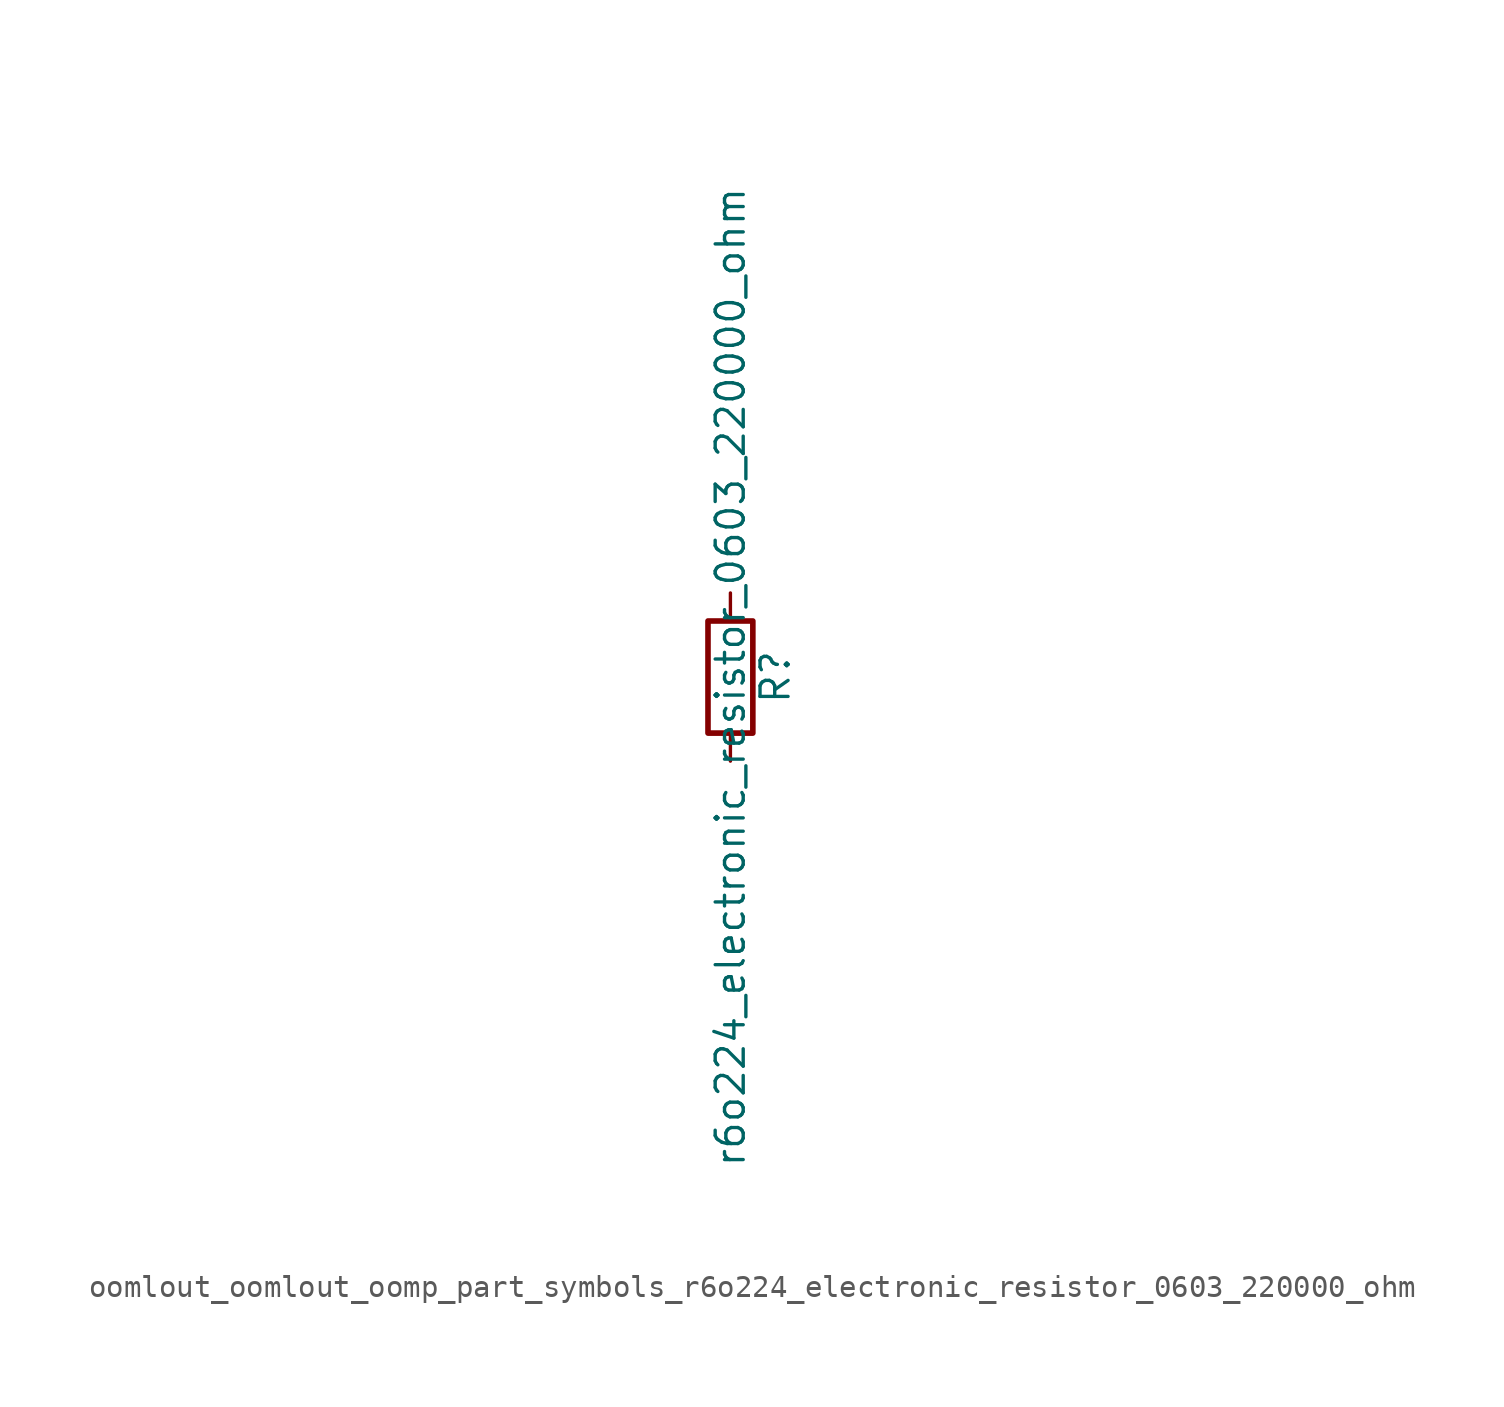
<source format=kicad_sym>
(kicad_symbol_lib
  (version 20220914)
  (generator kicad_symbol_editor)
  (symbol "oomlout_oomlout_oomp_part_symbols_r6o224_electronic_resistor_0603_220000_ohm"
    (pin_numbers hide)
    (pin_names
      (offset 0))
    (property "Reference" "R"
      (at 2.032 0 90)
      (effects (font (size 1.27 1.27))))
    (property "Value" "r6o224_electronic_resistor_0603_220000_ohm"
      (at 0 0 90)
      (effects (font (size 1.27 1.27))))
    (symbol "oomlout_oomlout_oomp_part_symbols_r6o224_electronic_resistor_0603_220000_ohm_0_1"
      (rectangle (start -1.016 -2.54) (end 1.016 2.54) (stroke (width 0.254) (type default)) (fill (type none))))
    (symbol "oomlout_oomlout_oomp_part_symbols_r6o224_electronic_resistor_0603_220000_ohm_1_1"
      (pin passive line (at 0 3.81 270) (length 1.27) (name "~" (effects (font (size 1.27 1.27)))) (number "1" (effects (font (size 1.27 1.27)))))
      (pin passive line (at 0 -3.81 90) (length 1.27) (name "~" (effects (font (size 1.27 1.27)))) (number "2" (effects (font (size 1.27 1.27))))))))
</source>
